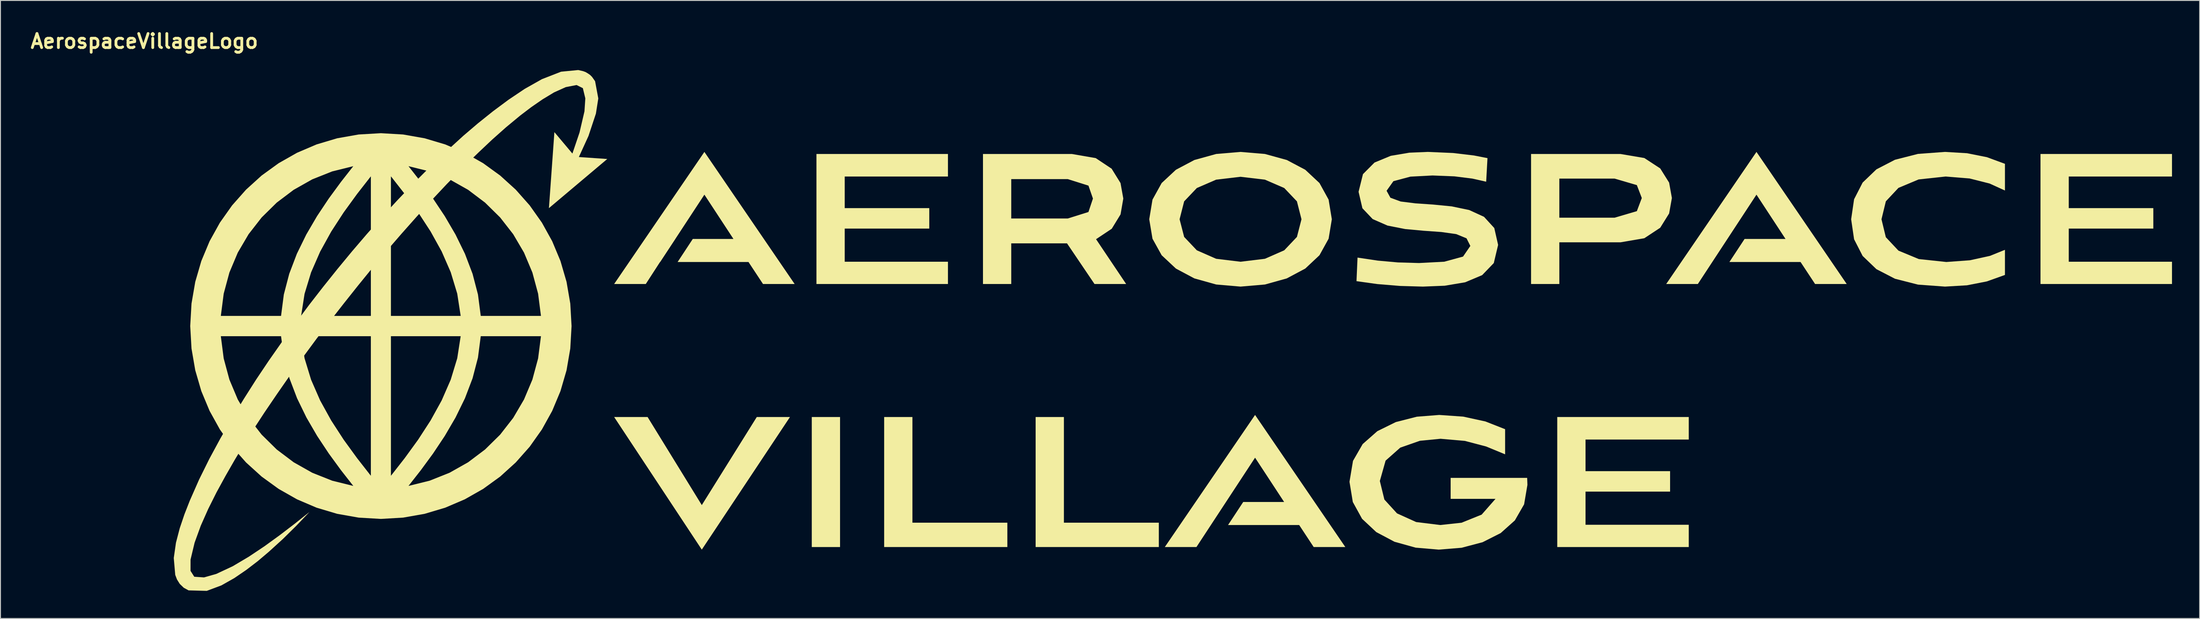
<source format=kicad_pcb>
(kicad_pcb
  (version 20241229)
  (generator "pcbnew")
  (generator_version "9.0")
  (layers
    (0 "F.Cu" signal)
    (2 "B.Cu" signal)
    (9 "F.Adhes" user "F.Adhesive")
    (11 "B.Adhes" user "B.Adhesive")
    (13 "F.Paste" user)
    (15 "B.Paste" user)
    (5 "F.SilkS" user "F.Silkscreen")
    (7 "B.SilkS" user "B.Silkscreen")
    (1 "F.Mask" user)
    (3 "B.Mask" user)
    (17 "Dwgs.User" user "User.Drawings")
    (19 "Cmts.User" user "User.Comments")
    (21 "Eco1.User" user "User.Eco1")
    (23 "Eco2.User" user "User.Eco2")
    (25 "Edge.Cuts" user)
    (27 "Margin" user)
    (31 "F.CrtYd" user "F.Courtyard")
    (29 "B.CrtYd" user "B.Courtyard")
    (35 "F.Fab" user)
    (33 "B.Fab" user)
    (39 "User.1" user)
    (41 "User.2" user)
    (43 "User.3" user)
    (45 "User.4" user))
  (footprint "AerospaceVillageLogo"
    (layer "F.Cu")
    (at 12.606 1.351)
    (property "Reference" "AerospaceVillageLogo" (at 0 0.075 0) (layer "F.SilkS") (effects (font (size 1.524 1.524) (thickness 0.305))))
    (attr exclude_from_pos_files exclude_from_bom)
    (fp_poly (pts (xy 72.36 54.992) (xy 75.425 54.992) (xy 75.425 40.875) (xy 72.36 40.875) (xy 72.36 54.992)) (stroke (width 0) (type solid)) (fill yes) (layer "F.SilkS"))
    (fp_poly (pts (xy 60.435 50.436) (xy 54.558 40.874) (xy 50.931 40.874) (xy 60.435 55.272) (xy 69.996 40.874) (xy 66.397 40.874) (xy 60.435 50.436)) (stroke (width 0) (type solid)) (fill yes) (layer "F.SilkS"))
    (fp_poly (pts (xy 83.272 40.875) (xy 80.207 40.875) (xy 80.207 54.991) (xy 93.564 54.991) (xy 93.564 52.348) (xy 83.272 52.348) (xy 83.272 40.875)) (stroke (width 0) (type solid)) (fill yes) (layer "F.SilkS"))
    (fp_poly (pts (xy 99.696 40.875) (xy 96.631 40.875) (xy 96.631 54.991) (xy 109.988 54.991) (xy 109.988 52.348) (xy 99.696 52.348) (xy 99.696 40.875)) (stroke (width 0) (type solid)) (fill yes) (layer "F.SilkS"))
    (fp_poly (pts (xy 120.423 40.65) (xy 110.637 54.991) (xy 114.067 54.991) (xy 120.423 45.29) (xy 123.572 50.099) (xy 119.139 50.099) (xy 117.493 52.601) (xy 125.204 52.601) (xy 126.778 54.991) (xy 130.208 54.991) (xy 120.423 40.65)) (stroke (width 0) (type solid)) (fill yes) (layer "F.SilkS"))
    (fp_poly (pts (xy 174.786 12.093) (xy 164.999 26.434) (xy 168.43 26.434) (xy 174.786 16.733) (xy 177.935 21.541) (xy 173.498 21.541) (xy 171.852 24.044) (xy 179.566 24.044) (xy 181.141 26.434) (xy 184.571 26.434) (xy 174.786 12.093)) (stroke (width 0) (type solid)) (fill yes) (layer "F.SilkS"))
    (fp_poly (pts (xy 72.866 26.434) (xy 87.124 26.434) (xy 87.124 24.016) (xy 75.931 24.016) (xy 75.931 20.417) (xy 85.099 20.417) (xy 85.099 18.195) (xy 75.931 18.195) (xy 75.931 14.764) (xy 87.124 14.764) (xy 87.124 12.317) (xy 72.866 12.317) (xy 72.866 26.434)) (stroke (width 0) (type solid)) (fill yes) (layer "F.SilkS"))
    (fp_poly (pts (xy 167.445 43.321) (xy 167.445 40.874) (xy 153.187 40.874) (xy 153.187 54.992) (xy 167.445 54.992) (xy 167.445 52.574) (xy 156.252 52.574) (xy 156.252 48.974) (xy 165.42 48.974) (xy 165.42 46.752) (xy 156.252 46.752) (xy 156.252 43.321) (xy 167.445 43.321)) (stroke (width 0) (type solid)) (fill yes) (layer "F.SilkS"))
    (fp_poly (pts (xy 205.581 26.434) (xy 219.839 26.434) (xy 219.839 24.016) (xy 208.646 24.016) (xy 208.646 20.417) (xy 217.814 20.417) (xy 217.814 18.195) (xy 208.646 18.195) (xy 208.646 14.764) (xy 219.839 14.764) (xy 219.839 12.317) (xy 205.581 12.317) (xy 205.581 26.434)) (stroke (width 0) (type solid)) (fill yes) (layer "F.SilkS"))
    (fp_poly (pts (xy 50.931 26.434) (xy 54.362 26.434) (xy 55.908 24.044) (xy 55.924 24.044) (xy 57.57 21.541) (xy 57.567 21.541) (xy 60.717 16.733) (xy 63.866 21.541) (xy 59.459 21.541) (xy 57.813 24.044) (xy 65.497 24.044) (xy 67.072 26.434) (xy 70.502 26.434) (xy 60.717 12.093) (xy 50.931 26.434)) (stroke (width 0) (type solid)) (fill yes) (layer "F.SilkS"))
    (fp_poly (pts (xy 160.049 12.318) (xy 159.402 14.989) (xy 161.816 15.696) (xy 162.354 17.098) (xy 161.816 18.525) (xy 159.402 19.235) (xy 153.412 19.235) (xy 153.412 14.989) (xy 159.402 14.989) (xy 160.049 12.318) (xy 150.347 12.318) (xy 150.347 26.434) (xy 153.412 26.434) (xy 153.412 21.907) (xy 160.049 21.907) (xy 162.627 21.464) (xy 164.351 20.325) (xy 165.316 18.775) (xy 165.616 17.098) (xy 165.316 15.426) (xy 164.351 13.885) (xy 162.627 12.756) (xy 160.049 12.318)) (stroke (width 0) (type solid)) (fill yes) (layer "F.SilkS"))
    (fp_poly (pts (xy 106.136 17.155) (xy 102.845 17.155) (xy 102.357 18.617) (xy 100.118 19.32) (xy 93.987 19.32) (xy 93.987 15.046) (xy 100.118 15.046) (xy 102.357 15.752) (xy 102.845 17.155) (xy 106.136 17.155) (xy 105.835 15.473) (xy 104.87 13.914) (xy 103.145 12.765) (xy 100.567 12.318) (xy 90.922 12.318) (xy 90.922 26.434) (xy 93.987 26.434) (xy 93.987 22.02) (xy 100.033 22.02) (xy 103.014 26.434) (xy 106.445 26.434) (xy 103.182 21.569) (xy 104.886 20.431) (xy 105.839 18.874) (xy 106.136 17.155)) (stroke (width 0) (type solid)) (fill yes) (layer "F.SilkS"))
    (fp_poly (pts (xy 185.052 19.404) (xy 185.37 21.576) (xy 186.297 23.387) (xy 187.79 24.821) (xy 189.805 25.863) (xy 192.3 26.5) (xy 195.231 26.715) (xy 197.609 26.575) (xy 199.762 26.153) (xy 201.727 25.45) (xy 201.727 22.722) (xy 200.111 23.377) (xy 197.925 23.858) (xy 195.372 24.044) (xy 192.387 23.726) (xy 190.18 22.81) (xy 188.811 21.351) (xy 188.341 19.404) (xy 188.814 17.457) (xy 190.18 15.998) (xy 192.363 15.082) (xy 195.287 14.764) (xy 197.9 14.977) (xy 200.07 15.527) (xy 201.727 16.283) (xy 201.727 13.386) (xy 199.768 12.663) (xy 197.621 12.234) (xy 195.231 12.092) (xy 192.3 12.308) (xy 189.805 12.944) (xy 187.79 13.987) (xy 186.297 15.421) (xy 185.37 17.232) (xy 185.052 19.404)) (stroke (width 0) (type solid)) (fill yes) (layer "F.SilkS"))
    (fp_poly (pts (xy 141.628 47.483) (xy 141.628 49.761) (xy 146.492 49.761) (xy 144.99 51.472) (xy 142.812 52.352) (xy 140.503 52.601) (xy 137.889 52.278) (xy 135.814 51.339) (xy 134.444 49.837) (xy 133.951 47.821) (xy 134.575 45.61) (xy 136.165 44.2) (xy 138.293 43.455) (xy 140.531 43.237) (xy 143.171 43.468) (xy 145.474 44.074) (xy 147.533 44.924) (xy 147.533 42.197) (xy 145.4 41.358) (xy 142.992 40.832) (xy 140.39 40.65) (xy 137.961 40.841) (xy 135.681 41.425) (xy 133.68 42.411) (xy 132.09 43.812) (xy 131.04 45.639) (xy 130.661 47.905) (xy 131.02 50.101) (xy 132.025 51.927) (xy 133.568 53.371) (xy 135.539 54.418) (xy 137.83 55.057) (xy 140.334 55.272) (xy 142.814 55.07) (xy 145.09 54.468) (xy 147.052 53.476) (xy 148.589 52.102) (xy 149.593 50.355) (xy 149.952 48.243) (xy 149.924 47.483) (xy 141.628 47.483)) (stroke (width 0) (type solid)) (fill yes) (layer "F.SilkS"))
    (fp_poly (pts (xy 118.847 12.093) (xy 116.201 15.105) (xy 118.847 14.792) (xy 121.493 15.105) (xy 123.586 16.012) (xy 124.961 17.461) (xy 125.456 19.404) (xy 124.961 21.323) (xy 123.586 22.775) (xy 121.493 23.695) (xy 118.847 24.016) (xy 116.201 23.695) (xy 114.109 22.775) (xy 112.734 21.323) (xy 112.239 19.404) (xy 112.734 17.461) (xy 114.109 16.012) (xy 116.201 15.105) (xy 118.847 12.093) (xy 116.21 12.316) (xy 113.844 12.97) (xy 111.842 14.03) (xy 110.296 15.471) (xy 109.301 17.271) (xy 108.949 19.404) (xy 109.301 21.518) (xy 110.296 23.312) (xy 111.842 24.758) (xy 113.844 25.826) (xy 116.21 26.488) (xy 118.847 26.715) (xy 121.494 26.488) (xy 123.863 25.826) (xy 125.864 24.758) (xy 127.405 23.312) (xy 128.396 21.518) (xy 128.746 19.404) (xy 128.396 17.271) (xy 127.405 15.471) (xy 125.864 14.03) (xy 123.863 12.97) (xy 121.494 12.316) (xy 118.847 12.093)) (stroke (width 0) (type solid)) (fill yes) (layer "F.SilkS"))
    (fp_poly (pts (xy 134.682 16.311) (xy 135.423 15.268) (xy 137.269 14.776) (xy 139.659 14.651) (xy 142.037 14.745) (xy 143.983 14.989) (xy 145.48 15.326) (xy 145.621 12.768) (xy 144.157 12.48) (xy 141.893 12.211) (xy 139.153 12.092) (xy 137.152 12.176) (xy 135.138 12.516) (xy 133.373 13.247) (xy 132.121 14.505) (xy 131.645 16.424) (xy 132.061 18.209) (xy 133.175 19.385) (xy 134.787 20.091) (xy 136.699 20.467) (xy 138.711 20.653) (xy 140.622 20.789) (xy 142.235 21.016) (xy 143.349 21.473) (xy 143.764 22.3) (xy 142.971 23.457) (xy 140.94 24.013) (xy 138.197 24.157) (xy 135.913 24.091) (xy 133.723 23.894) (xy 131.532 23.566) (xy 131.42 26.125) (xy 133.674 26.44) (xy 136.14 26.644) (xy 138.619 26.715) (xy 140.99 26.62) (xy 143.202 26.247) (xy 145.045 25.47) (xy 146.306 24.16) (xy 146.774 22.188) (xy 146.359 20.357) (xy 145.248 19.141) (xy 143.639 18.402) (xy 141.731 18.004) (xy 139.724 17.808) (xy 137.817 17.678) (xy 136.208 17.477) (xy 135.097 17.067) (xy 134.682 16.311)) (stroke (width 0) (type solid)) (fill yes) (layer "F.SilkS"))
    (fp_poly (pts (xy 46.406 12.27) (xy 44.453 9.944) (xy 43.861 18.196) (xy 50.185 12.861) (xy 47.106 12.648) (xy 48.149 10.362) (xy 48.954 7.934) (xy 49.213 6.286) (xy 48.865 4.415) (xy 48.537 3.95) (xy 48.328 3.739) (xy 48.085 3.572) (xy 47.831 3.421) (xy 47.565 3.324) (xy 47.038 3.203) (xy 45.18 3.383) (xy 43.103 4.193) (xy 41.236 5.248) (xy 39.481 6.427) (xy 37.797 7.68) (xy 36.165 8.988) (xy 34.58 10.341) (xy 32.738 12.026) (xy 30.938 13.751) (xy 29.178 15.514) (xy 27.458 17.311) (xy 25.774 19.142) (xy 24.126 21.003) (xy 22.511 22.892) (xy 20.929 24.808) (xy 19.377 26.748) (xy 17.854 28.71) (xy 16.373 30.705) (xy 14.915 32.718) (xy 13.489 34.755) (xy 12.105 36.822) (xy 10.771 38.924) (xy 9.479 41.055) (xy 8.231 43.215) (xy 7.043 45.414) (xy 5.932 47.661) (xy 4.918 49.965) (xy 4.341 51.44) (xy 3.831 52.953) (xy 3.422 54.523) (xy 3.185 56.182) (xy 3.344 58.016) (xy 3.532 58.511) (xy 3.835 58.995) (xy 4.268 59.411) (xy 4.789 59.697) (xy 6.763 59.749) (xy 8.346 59.156) (xy 9.747 58.364) (xy 11.051 57.473) (xy 12.293 56.521) (xy 13.481 55.515) (xy 15.01 54.123) (xy 16.479 52.674) (xy 17.9 51.182) (xy 16.293 52.466) (xy 14.664 53.712) (xy 13.009 54.913) (xy 11.317 56.043) (xy 9.584 57.072) (xy 7.799 57.909) (xy 6.466 58.288) (xy 5.409 58.218) (xy 5.002 57.579) (xy 5.004 56.352) (xy 5.443 54.519) (xy 6.113 52.673) (xy 6.922 50.851) (xy 7.82 49.054) (xy 8.787 47.284) (xy 9.793 45.529) (xy 10.835 43.792) (xy 11.914 42.074) (xy 13.025 40.373) (xy 14.395 38.355) (xy 15.787 36.35) (xy 17.205 34.363) (xy 18.653 32.396) (xy 20.134 30.453) (xy 21.637 28.526) (xy 23.157 26.612) (xy 24.698 24.715) (xy 26.265 22.841) (xy 27.862 20.994) (xy 29.481 19.167) (xy 31.121 17.36) (xy 32.789 15.582) (xy 34.491 13.84) (xy 36.235 12.145) (xy 37.706 10.756) (xy 39.213 9.415) (xy 40.76 8.133) (xy 41.951 7.227) (xy 43.172 6.383) (xy 44.419 5.629) (xy 45.689 5.056) (xy 46.86 4.831) (xy 47.539 5.17) (xy 47.807 6.28) (xy 47.714 7.686) (xy 47.179 9.985) (xy 46.406 12.27)) (stroke (width 0) (type solid)) (fill yes) (layer "F.SilkS"))
    (fp_poly (pts (xy 25.642 10.06) (xy 28.634 13.641) (xy 30.927 14.21) (xy 33.089 15.073) (xy 35.099 16.208) (xy 36.933 17.594) (xy 38.57 19.207) (xy 39.986 21.025) (xy 41.159 23.025) (xy 42.067 25.186) (xy 42.687 27.484) (xy 42.997 29.897) (xy 36.468 29.897) (xy 36.167 27.576) (xy 35.581 25.327) (xy 34.755 23.155) (xy 33.735 21.067) (xy 32.567 19.066) (xy 31.297 17.158) (xy 29.971 15.348) (xy 28.634 13.641) (xy 25.642 10.06) (xy 23.23 10.201) (xy 26.73 14.743) (xy 28.223 16.653) (xy 29.676 18.649) (xy 31.031 20.731) (xy 32.23 22.897) (xy 33.212 25.148) (xy 33.919 27.481) (xy 34.292 29.897) (xy 26.73 29.897) (xy 26.73 14.743) (xy 23.23 10.201) (xy 20.9 10.613) (xy 16.186 16.208) (xy 18.195 15.073) (xy 20.358 14.21) (xy 22.65 13.641) (xy 21.314 15.348) (xy 19.988 17.158) (xy 18.718 19.066) (xy 17.55 21.067) (xy 16.53 23.155) (xy 15.704 25.327) (xy 15.117 27.576) (xy 14.816 29.897) (xy 8.288 29.897) (xy 8.598 27.484) (xy 9.217 25.186) (xy 10.125 23.025) (xy 11.299 21.025) (xy 12.715 19.207) (xy 14.351 17.594) (xy 16.186 16.208) (xy 20.9 10.613) (xy 18.667 11.28) (xy 16.547 12.187) (xy 14.556 13.318) (xy 12.709 14.658) (xy 11.021 16.19) (xy 9.508 17.9) (xy 8.186 19.771) (xy 7.069 21.787) (xy 6.173 23.934) (xy 5.515 26.195) (xy 5.108 28.556) (xy 4.969 30.999) (xy 24.554 29.897) (xy 16.992 29.897) (xy 17.365 27.499) (xy 18.073 25.172) (xy 19.055 22.921) (xy 20.253 20.748) (xy 21.608 18.659) (xy 23.062 16.656) (xy 24.554 14.743) (xy 26.73 32.101) (xy 34.292 32.101) (xy 33.919 34.499) (xy 33.212 36.825) (xy 32.23 39.077) (xy 31.031 41.249) (xy 29.676 43.339) (xy 28.223 45.342) (xy 28.634 48.356) (xy 29.971 46.65) (xy 31.297 44.84) (xy 32.567 42.932) (xy 33.735 40.931) (xy 34.755 38.842) (xy 35.581 36.671) (xy 36.167 34.422) (xy 36.468 32.101) (xy 42.997 32.101) (xy 42.687 34.514) (xy 42.067 36.812) (xy 41.159 38.972) (xy 39.986 40.973) (xy 38.57 42.791) (xy 36.933 44.404) (xy 35.099 45.789) (xy 33.089 46.925) (xy 30.927 47.788) (xy 28.634 48.356) (xy 28.223 45.342) (xy 26.73 47.254) (xy 26.73 32.101) (xy 24.554 14.743) (xy 24.554 29.897) (xy 4.969 30.999) (xy 5.108 33.442) (xy 8.598 34.514) (xy 8.288 32.101) (xy 14.816 32.101) (xy 15.133 34.422) (xy 15.727 36.671) (xy 16.554 38.842) (xy 17.57 40.931) (xy 18.732 42.932) (xy 19.996 44.84) (xy 21.316 46.65) (xy 22.65 48.356) (xy 20.358 47.788) (xy 18.195 46.925) (xy 16.186 45.789) (xy 14.351 44.404) (xy 12.715 42.791) (xy 11.299 40.973) (xy 10.125 38.972) (xy 9.217 36.812) (xy 8.598 34.514) (xy 5.108 33.442) (xy 5.515 35.802) (xy 6.173 38.063) (xy 7.069 40.21) (xy 8.186 42.227) (xy 9.508 44.098) (xy 11.021 45.808) (xy 12.709 47.34) (xy 14.556 48.68) (xy 16.547 49.811) (xy 18.667 50.718) (xy 20.9 51.385) (xy 23.23 51.797) (xy 25.642 51.938) (xy 23.062 45.342) (xy 21.608 43.339) (xy 20.253 41.249) (xy 19.055 39.077) (xy 18.073 36.825) (xy 17.365 34.499) (xy 16.992 32.101) (xy 24.554 32.101) (xy 24.554 47.254) (xy 23.062 45.342) (xy 25.642 51.938) (xy 28.054 51.797) (xy 30.385 51.385) (xy 32.617 50.718) (xy 34.737 49.811) (xy 36.728 48.68) (xy 38.575 47.34) (xy 40.263 45.808) (xy 41.776 44.098) (xy 43.099 42.227) (xy 44.215 40.21) (xy 45.111 38.063) (xy 45.77 35.802) (xy 46.176 33.442) (xy 46.315 30.999) (xy 46.176 28.556) (xy 45.77 26.195) (xy 45.111 23.934) (xy 44.215 21.787) (xy 43.099 19.771) (xy 41.776 17.9) (xy 40.263 16.19) (xy 38.575 14.658) (xy 36.728 13.318) (xy 34.737 12.187) (xy 32.617 11.28) (xy 30.385 10.613) (xy 28.054 10.201) (xy 25.642 10.06)) (stroke (width 0) (type solid)) (fill yes) (layer "F.SilkS")))
  (gr_rect
    (start -3 -3)
    (end 235.444 64.101)
    (stroke (width 0.1) (type default))
    (fill no)
    (layer "Edge.Cuts")))
</source>
